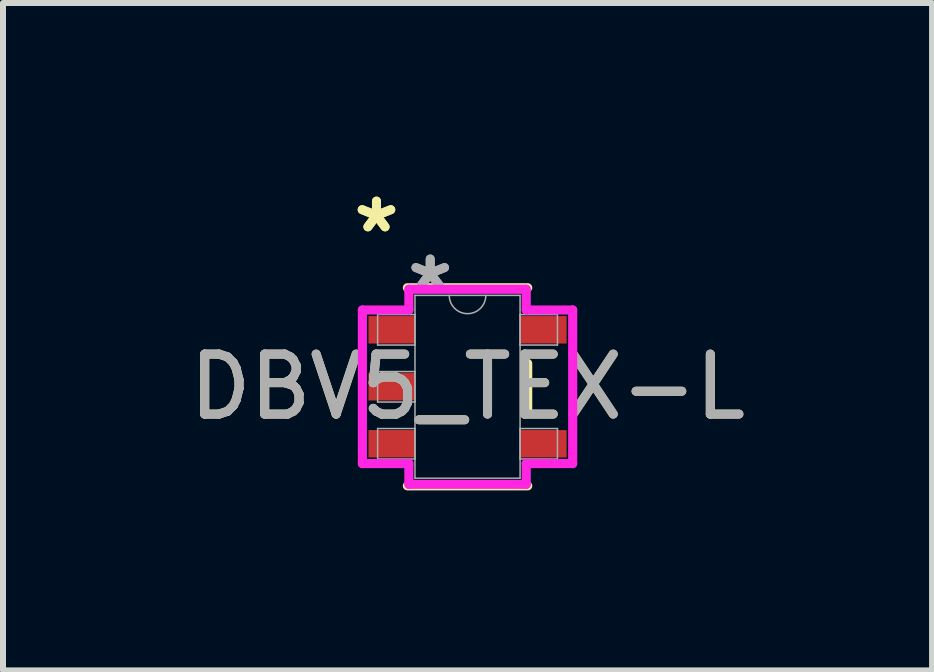
<source format=kicad_pcb>
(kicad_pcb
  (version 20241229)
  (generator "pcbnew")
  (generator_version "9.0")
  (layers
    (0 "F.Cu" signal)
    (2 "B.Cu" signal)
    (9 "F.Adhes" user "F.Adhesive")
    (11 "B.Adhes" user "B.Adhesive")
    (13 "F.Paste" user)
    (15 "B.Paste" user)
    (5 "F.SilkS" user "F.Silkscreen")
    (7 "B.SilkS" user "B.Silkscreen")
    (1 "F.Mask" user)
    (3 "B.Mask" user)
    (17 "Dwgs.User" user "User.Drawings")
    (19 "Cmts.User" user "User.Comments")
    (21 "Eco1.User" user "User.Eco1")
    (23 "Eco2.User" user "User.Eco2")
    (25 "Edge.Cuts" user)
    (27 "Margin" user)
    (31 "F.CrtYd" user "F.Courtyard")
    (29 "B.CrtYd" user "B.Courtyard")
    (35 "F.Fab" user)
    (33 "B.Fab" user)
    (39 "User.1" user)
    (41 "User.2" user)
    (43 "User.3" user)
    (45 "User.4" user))
  (footprint "DBV5_TEX-L"
    (layer "F.Cu")
    (at 4.744 3.398)
    (property "Reference" "DBV5_TEX-L" (at 0 0 0) (unlocked yes) (layer "F.SilkS") (effects (font (size 1 1) (thickness 0.15))))
    (attr smd)
    (fp_line (start -1.003 1.651) (end 1.003 1.651) (stroke (width 0.152) (type solid)) (layer "F.SilkS"))
    (fp_line (start 1.003 -1.651) (end -1.003 -1.651) (stroke (width 0.152) (type solid)) (layer "F.SilkS"))
    (fp_line (start 1.003 0.389) (end 1.003 -0.389) (stroke (width 0.152) (type solid)) (layer "F.SilkS"))
    (fp_line (start -1.753 -1.28) (end -0.978 -1.28) (stroke (width 0.152) (type solid)) (layer "F.CrtYd"))
    (fp_line (start -1.753 1.28) (end -1.753 -1.28) (stroke (width 0.152) (type solid)) (layer "F.CrtYd"))
    (fp_line (start -0.978 -1.626) (end 0.978 -1.626) (stroke (width 0.152) (type solid)) (layer "F.CrtYd"))
    (fp_line (start -0.978 -1.28) (end -0.978 -1.626) (stroke (width 0.152) (type solid)) (layer "F.CrtYd"))
    (fp_line (start -0.978 1.28) (end -1.753 1.28) (stroke (width 0.152) (type solid)) (layer "F.CrtYd"))
    (fp_line (start -0.978 1.626) (end -0.978 1.28) (stroke (width 0.152) (type solid)) (layer "F.CrtYd"))
    (fp_line (start 0.978 -1.626) (end 0.978 -1.28) (stroke (width 0.152) (type solid)) (layer "F.CrtYd"))
    (fp_line (start 0.978 -1.28) (end 1.753 -1.28) (stroke (width 0.152) (type solid)) (layer "F.CrtYd"))
    (fp_line (start 0.978 1.28) (end 0.978 1.626) (stroke (width 0.152) (type solid)) (layer "F.CrtYd"))
    (fp_line (start 0.978 1.626) (end -0.978 1.626) (stroke (width 0.152) (type solid)) (layer "F.CrtYd"))
    (fp_line (start 1.753 -1.28) (end 1.753 1.28) (stroke (width 0.152) (type solid)) (layer "F.CrtYd"))
    (fp_line (start 1.753 1.28) (end 0.978 1.28) (stroke (width 0.152) (type solid)) (layer "F.CrtYd"))
    (fp_line (start -1.499 -1.204) (end -1.499 -0.696) (stroke (width 0.025) (type solid)) (layer "F.Fab"))
    (fp_line (start -1.499 -0.696) (end -0.876 -0.696) (stroke (width 0.025) (type solid)) (layer "F.Fab"))
    (fp_line (start -1.499 -0.254) (end -1.499 0.254) (stroke (width 0.025) (type solid)) (layer "F.Fab"))
    (fp_line (start -1.499 0.254) (end -0.876 0.254) (stroke (width 0.025) (type solid)) (layer "F.Fab"))
    (fp_line (start -1.499 0.696) (end -1.499 1.204) (stroke (width 0.025) (type solid)) (layer "F.Fab"))
    (fp_line (start -1.499 1.204) (end -0.876 1.204) (stroke (width 0.025) (type solid)) (layer "F.Fab"))
    (fp_line (start -0.876 -1.524) (end -0.876 1.524) (stroke (width 0.025) (type solid)) (layer "F.Fab"))
    (fp_line (start -0.876 -1.204) (end -1.499 -1.204) (stroke (width 0.025) (type solid)) (layer "F.Fab"))
    (fp_line (start -0.876 -0.696) (end -0.876 -1.204) (stroke (width 0.025) (type solid)) (layer "F.Fab"))
    (fp_line (start -0.876 -0.254) (end -1.499 -0.254) (stroke (width 0.025) (type solid)) (layer "F.Fab"))
    (fp_line (start -0.876 0.254) (end -0.876 -0.254) (stroke (width 0.025) (type solid)) (layer "F.Fab"))
    (fp_line (start -0.876 0.696) (end -1.499 0.696) (stroke (width 0.025) (type solid)) (layer "F.Fab"))
    (fp_line (start -0.876 1.204) (end -0.876 0.696) (stroke (width 0.025) (type solid)) (layer "F.Fab"))
    (fp_line (start -0.876 1.524) (end 0.876 1.524) (stroke (width 0.025) (type solid)) (layer "F.Fab"))
    (fp_line (start 0.876 -1.524) (end -0.876 -1.524) (stroke (width 0.025) (type solid)) (layer "F.Fab"))
    (fp_line (start 0.876 -1.204) (end 0.876 -0.696) (stroke (width 0.025) (type solid)) (layer "F.Fab"))
    (fp_line (start 0.876 -0.696) (end 1.499 -0.696) (stroke (width 0.025) (type solid)) (layer "F.Fab"))
    (fp_line (start 0.876 0.696) (end 0.876 1.204) (stroke (width 0.025) (type solid)) (layer "F.Fab"))
    (fp_line (start 0.876 1.204) (end 1.499 1.204) (stroke (width 0.025) (type solid)) (layer "F.Fab"))
    (fp_line (start 0.876 1.524) (end 0.876 -1.524) (stroke (width 0.025) (type solid)) (layer "F.Fab"))
    (fp_line (start 1.499 -1.204) (end 0.876 -1.204) (stroke (width 0.025) (type solid)) (layer "F.Fab"))
    (fp_line (start 1.499 -0.696) (end 1.499 -1.204) (stroke (width 0.025) (type solid)) (layer "F.Fab"))
    (fp_line (start 1.499 0.696) (end 0.876 0.696) (stroke (width 0.025) (type solid)) (layer "F.Fab"))
    (fp_line (start 1.499 1.204) (end 1.499 0.696) (stroke (width 0.025) (type solid)) (layer "F.Fab"))
    (fp_arc (start 0.3048 -1.524) (mid 0 -1.2192) (end -0.3048 -1.524) (stroke (width 0.0254) (type solid)) (layer "F.Fab"))
    (fp_text user "*" (at -1.518 -2.55 0) (unlocked yes) (layer "F.SilkS") (effects (font (size 1 1) (thickness 0.15))))
    (fp_text user "*" (at -1.518 -2.55 0) (layer "F.SilkS") (effects (font (size 1 1) (thickness 0.15))))
    (fp_text user "*" (at -0.622 -1.585 0) (unlocked yes) (layer "F.Fab") (effects (font (size 1 1) (thickness 0.15))))
    (fp_text user "${REFERENCE}" (at 0 0 0) (unlocked yes) (layer "F.Fab") (effects (font (size 1 1) (thickness 0.15))))
    (fp_text user "*" (at -0.622 -1.585 0) (layer "F.Fab") (effects (font (size 1 1) (thickness 0.15))))
    (pad "1" smd rect (at -1.264 -0.95) (size 0.775 0.457) (layers "F.Cu" "F.Mask" "F.Paste"))
    (pad "2" smd rect (at -1.264 0) (size 0.775 0.457) (layers "F.Cu" "F.Mask" "F.Paste"))
    (pad "3" smd rect (at -1.264 0.95) (size 0.775 0.457) (layers "F.Cu" "F.Mask" "F.Paste"))
    (pad "4" smd rect (at 1.264 0.95) (size 0.775 0.457) (layers "F.Cu" "F.Mask" "F.Paste"))
    (pad "5" smd rect (at 1.264 -0.95) (size 0.775 0.457) (layers "F.Cu" "F.Mask" "F.Paste")))
  (gr_rect
    (start -3 -3)
    (end 12.488 8.126)
    (stroke (width 0.1) (type default))
    (fill no)
    (layer "Edge.Cuts")))
</source>
